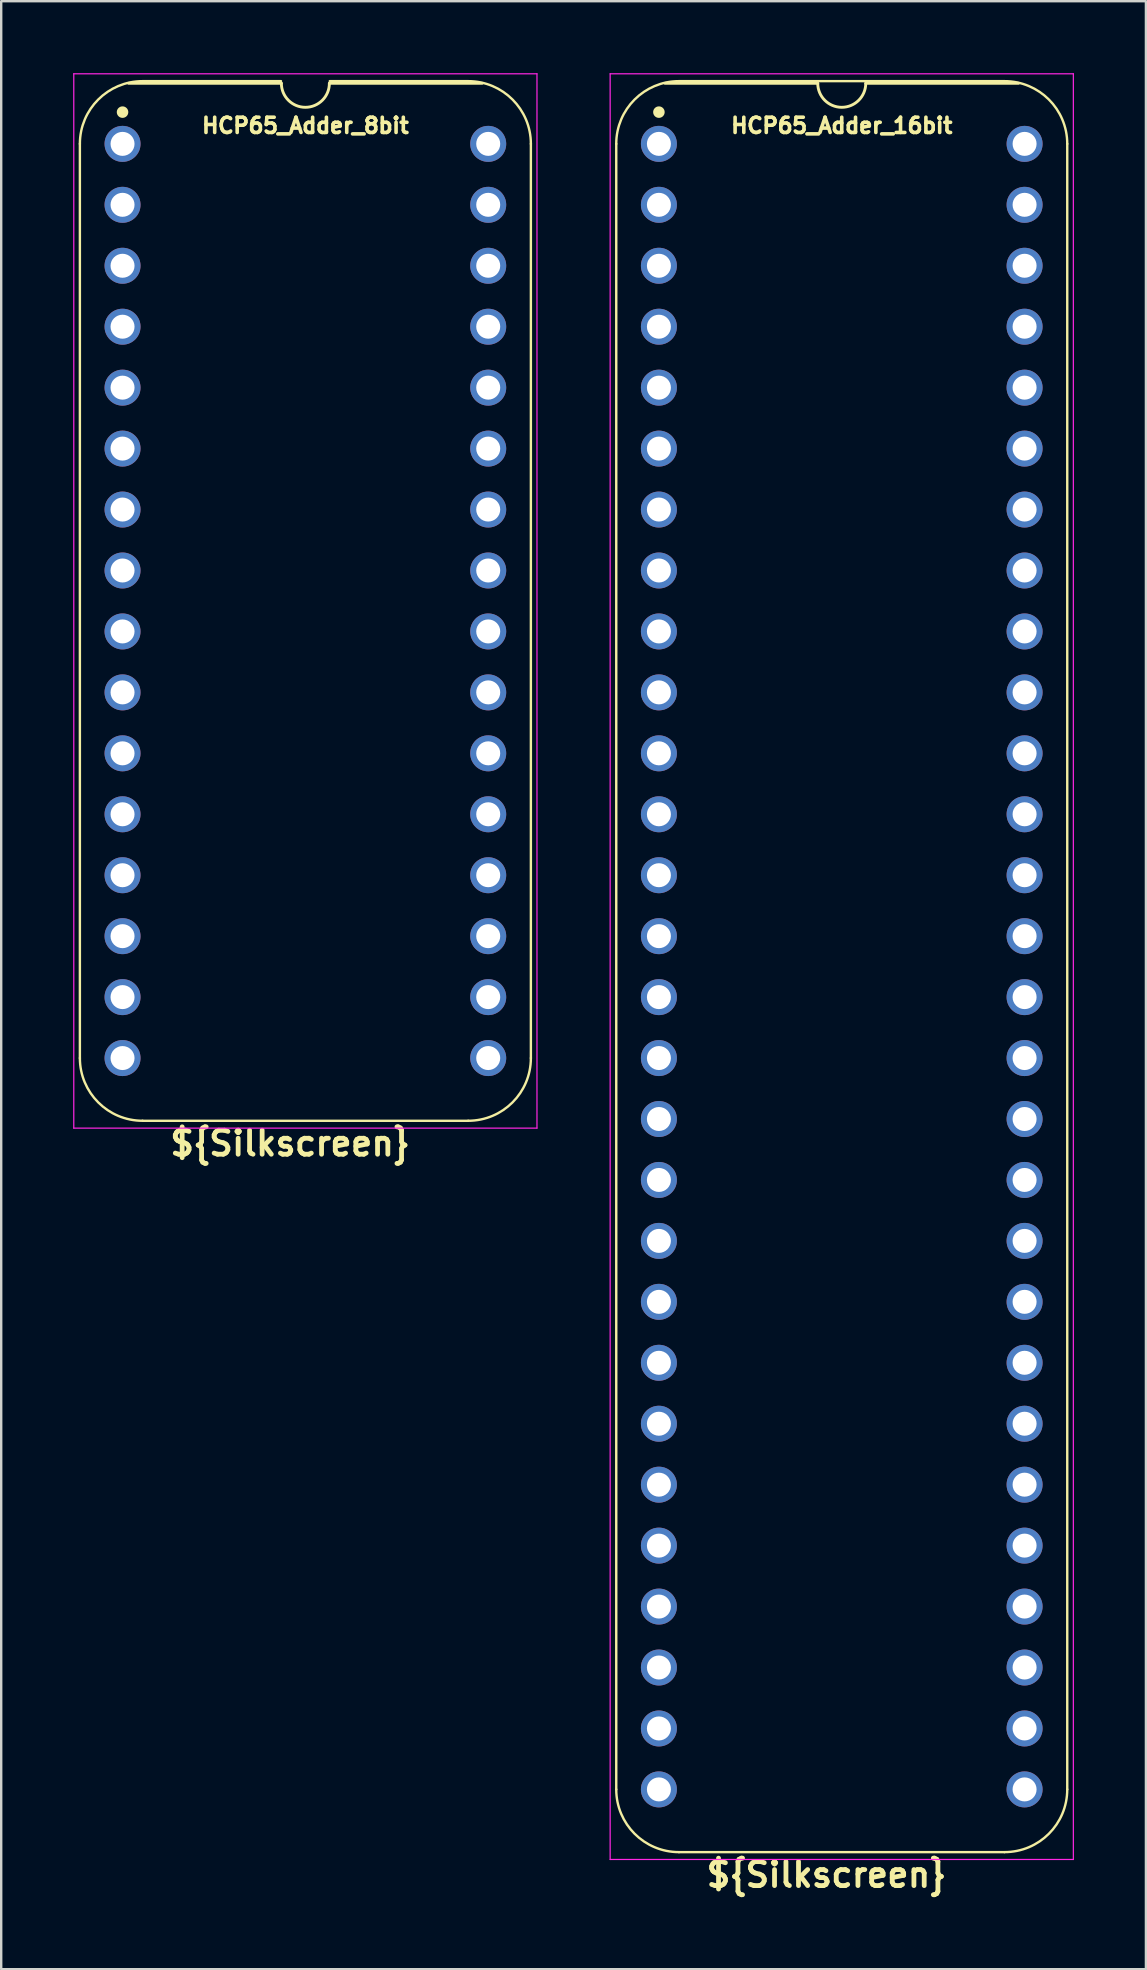
<source format=kicad_pcb>
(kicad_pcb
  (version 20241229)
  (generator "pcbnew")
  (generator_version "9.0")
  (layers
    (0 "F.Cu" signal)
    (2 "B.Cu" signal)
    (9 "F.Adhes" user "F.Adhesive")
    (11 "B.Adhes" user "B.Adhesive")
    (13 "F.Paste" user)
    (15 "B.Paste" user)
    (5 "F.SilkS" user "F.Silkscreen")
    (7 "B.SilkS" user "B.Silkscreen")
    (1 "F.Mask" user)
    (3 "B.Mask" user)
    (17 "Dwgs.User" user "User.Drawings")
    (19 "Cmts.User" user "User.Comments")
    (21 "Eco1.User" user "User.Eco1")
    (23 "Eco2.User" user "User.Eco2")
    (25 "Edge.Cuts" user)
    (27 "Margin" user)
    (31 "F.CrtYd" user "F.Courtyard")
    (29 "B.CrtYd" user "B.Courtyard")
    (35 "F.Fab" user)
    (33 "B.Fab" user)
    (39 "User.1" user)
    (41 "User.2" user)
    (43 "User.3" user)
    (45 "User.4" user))
  (footprint "HCP65_Adder_16bit"
    (layer "F.Cu")
    (at 24.411 2.946)
    (property "Reference" "HCP65_Adder_16bit" (at 7.62 -0.762 0) (layer "F.SilkS") (effects (font (size 0.635 0.635) (thickness 0.15))))
    (property "Silkscreen" "${Silkscreen}" (at 6.985 72.136 0) (layer "F.SilkS") (effects (font (size 1 1) (thickness 0.2))))
    (attr through_hole)
    (fp_line (start -1.778 68.58) (end -1.778 0) (stroke (width 0.1) (type solid)) (layer "F.SilkS"))
    (fp_line (start 0.836 -2.614) (end 14.404 -2.614) (stroke (width 0.1) (type solid)) (layer "F.SilkS"))
    (fp_line (start 6.62 -2.524) (end 0.254 -2.524) (stroke (width 0.12) (type solid)) (layer "F.SilkS"))
    (fp_line (start 14.404 71.194) (end 0.836 71.194) (stroke (width 0.1) (type solid)) (layer "F.SilkS"))
    (fp_line (start 14.986 -2.524) (end 8.62 -2.524) (stroke (width 0.12) (type solid)) (layer "F.SilkS"))
    (fp_line (start 17.018 68.58) (end 17.018 0) (stroke (width 0.1) (type solid)) (layer "F.SilkS"))
    (fp_arc (start -1.778 0) (mid -1.012456 -1.848188) (end 0.835732 -2.613732) (stroke (width 0.1) (type solid)) (layer "F.SilkS"))
    (fp_arc (start 0.835733 71.193733) (mid -1.012456 70.428189) (end -1.778 68.58) (stroke (width 0.1) (type solid)) (layer "F.SilkS"))
    (fp_arc (start 8.62 -2.524) (mid 7.62 -1.524) (end 6.62 -2.524) (stroke (width 0.12) (type solid)) (layer "F.SilkS"))
    (fp_arc (start 14.404268 -2.613732) (mid 16.252456 -1.848188) (end 17.018 0) (stroke (width 0.1) (type solid)) (layer "F.SilkS"))
    (fp_arc (start 17.018001 68.580001) (mid 16.252456 70.428188) (end 14.404269 71.193733) (stroke (width 0.1) (type solid)) (layer "F.SilkS"))
    (fp_circle (center 0 -1.323) (end 0.18 -1.323) (stroke (width 0.12) (type solid)) (fill yes) (layer "F.SilkS"))
    (fp_line (start -2.032 -2.921) (end -2.032 71.501) (stroke (width 0.05) (type solid)) (layer "F.CrtYd"))
    (fp_line (start -2.032 -2.921) (end 17.272 -2.921) (stroke (width 0.05) (type solid)) (layer "F.CrtYd"))
    (fp_line (start -2.032 71.501) (end 17.272 71.501) (stroke (width 0.05) (type solid)) (layer "F.CrtYd"))
    (fp_line (start 17.272 -2.921) (end 17.272 71.501) (stroke (width 0.05) (type solid)) (layer "F.CrtYd"))
    (pad "1" thru_hole circle (at 0 0) (size 1.5 1.5) (drill 1) (layers "*.Cu" "*.Mask"))
    (pad "2" thru_hole circle (at 0 2.54) (size 1.5 1.5) (drill 1) (layers "*.Cu" "*.Mask"))
    (pad "3" thru_hole circle (at 0 5.08) (size 1.5 1.5) (drill 1) (layers "*.Cu" "*.Mask"))
    (pad "4" thru_hole circle (at 0 7.62) (size 1.5 1.5) (drill 1) (layers "*.Cu" "*.Mask"))
    (pad "5" thru_hole circle (at 0 10.16) (size 1.5 1.5) (drill 1) (layers "*.Cu" "*.Mask"))
    (pad "6" thru_hole circle (at 0 12.7) (size 1.5 1.5) (drill 1) (layers "*.Cu" "*.Mask"))
    (pad "7" thru_hole circle (at 0 15.24) (size 1.5 1.5) (drill 1) (layers "*.Cu" "*.Mask"))
    (pad "8" thru_hole circle (at 0 17.78) (size 1.5 1.5) (drill 1) (layers "*.Cu" "*.Mask"))
    (pad "9" thru_hole circle (at 0 20.32) (size 1.5 1.5) (drill 1) (layers "*.Cu" "*.Mask"))
    (pad "10" thru_hole circle (at 0 22.86) (size 1.5 1.5) (drill 1) (layers "*.Cu" "*.Mask"))
    (pad "11" thru_hole circle (at 0 25.4) (size 1.5 1.5) (drill 1) (layers "*.Cu" "*.Mask"))
    (pad "12" thru_hole circle (at 0 27.94) (size 1.5 1.5) (drill 1) (layers "*.Cu" "*.Mask"))
    (pad "13" thru_hole circle (at 0 30.48) (size 1.5 1.5) (drill 1) (layers "*.Cu" "*.Mask"))
    (pad "14" thru_hole circle (at 0 33.02) (size 1.5 1.5) (drill 1) (layers "*.Cu" "*.Mask"))
    (pad "15" thru_hole circle (at 0 35.56) (size 1.5 1.5) (drill 1) (layers "*.Cu" "*.Mask"))
    (pad "16" thru_hole circle (at 0 38.1) (size 1.5 1.5) (drill 1) (layers "*.Cu" "*.Mask"))
    (pad "17" thru_hole circle (at 0 40.64) (size 1.5 1.5) (drill 1) (layers "*.Cu" "*.Mask"))
    (pad "18" thru_hole circle (at 0 43.18) (size 1.5 1.5) (drill 1) (layers "*.Cu" "*.Mask"))
    (pad "19" thru_hole circle (at 0 45.72) (size 1.5 1.5) (drill 1) (layers "*.Cu" "*.Mask"))
    (pad "20" thru_hole circle (at 0 48.26) (size 1.5 1.5) (drill 1) (layers "*.Cu" "*.Mask"))
    (pad "21" thru_hole circle (at 0 50.8) (size 1.5 1.5) (drill 1) (layers "*.Cu" "*.Mask"))
    (pad "22" thru_hole circle (at 0 53.34) (size 1.5 1.5) (drill 1) (layers "*.Cu" "*.Mask"))
    (pad "23" thru_hole circle (at 0 55.88) (size 1.5 1.5) (drill 1) (layers "*.Cu" "*.Mask"))
    (pad "24" thru_hole circle (at 0 58.42) (size 1.5 1.5) (drill 1) (layers "*.Cu" "*.Mask"))
    (pad "25" thru_hole circle (at 0 60.96) (size 1.5 1.5) (drill 1) (layers "*.Cu" "*.Mask"))
    (pad "26" thru_hole circle (at 0 63.5) (size 1.5 1.5) (drill 1) (layers "*.Cu" "*.Mask"))
    (pad "27" thru_hole circle (at 0 66.04) (size 1.5 1.5) (drill 1) (layers "*.Cu" "*.Mask"))
    (pad "28" thru_hole circle (at 0 68.58) (size 1.5 1.5) (drill 1) (layers "*.Cu" "*.Mask"))
    (pad "29" thru_hole circle (at 15.24 68.58) (size 1.5 1.5) (drill 1) (layers "*.Cu" "*.Mask"))
    (pad "30" thru_hole circle (at 15.24 66.04) (size 1.5 1.5) (drill 1) (layers "*.Cu" "*.Mask"))
    (pad "31" thru_hole circle (at 15.24 63.5) (size 1.5 1.5) (drill 1) (layers "*.Cu" "*.Mask"))
    (pad "32" thru_hole circle (at 15.24 60.96) (size 1.5 1.5) (drill 1) (layers "*.Cu" "*.Mask"))
    (pad "33" thru_hole circle (at 15.24 58.42) (size 1.5 1.5) (drill 1) (layers "*.Cu" "*.Mask"))
    (pad "34" thru_hole circle (at 15.24 55.88) (size 1.5 1.5) (drill 1) (layers "*.Cu" "*.Mask"))
    (pad "35" thru_hole circle (at 15.24 53.34) (size 1.5 1.5) (drill 1) (layers "*.Cu" "*.Mask"))
    (pad "36" thru_hole circle (at 15.24 50.8) (size 1.5 1.5) (drill 1) (layers "*.Cu" "*.Mask"))
    (pad "37" thru_hole circle (at 15.24 48.26) (size 1.5 1.5) (drill 1) (layers "*.Cu" "*.Mask"))
    (pad "38" thru_hole circle (at 15.24 45.72) (size 1.5 1.5) (drill 1) (layers "*.Cu" "*.Mask"))
    (pad "39" thru_hole circle (at 15.24 43.18) (size 1.5 1.5) (drill 1) (layers "*.Cu" "*.Mask"))
    (pad "40" thru_hole circle (at 15.24 40.64) (size 1.5 1.5) (drill 1) (layers "*.Cu" "*.Mask"))
    (pad "41" thru_hole circle (at 15.24 38.1) (size 1.5 1.5) (drill 1) (layers "*.Cu" "*.Mask"))
    (pad "42" thru_hole circle (at 15.24 35.56) (size 1.5 1.5) (drill 1) (layers "*.Cu" "*.Mask"))
    (pad "43" thru_hole circle (at 15.24 33.02) (size 1.5 1.5) (drill 1) (layers "*.Cu" "*.Mask"))
    (pad "44" thru_hole circle (at 15.24 30.48) (size 1.5 1.5) (drill 1) (layers "*.Cu" "*.Mask"))
    (pad "45" thru_hole circle (at 15.24 27.94) (size 1.5 1.5) (drill 1) (layers "*.Cu" "*.Mask"))
    (pad "46" thru_hole circle (at 15.24 25.4) (size 1.5 1.5) (drill 1) (layers "*.Cu" "*.Mask"))
    (pad "47" thru_hole circle (at 15.24 22.86) (size 1.5 1.5) (drill 1) (layers "*.Cu" "*.Mask"))
    (pad "48" thru_hole circle (at 15.24 20.32) (size 1.5 1.5) (drill 1) (layers "*.Cu" "*.Mask"))
    (pad "49" thru_hole circle (at 15.24 17.78) (size 1.5 1.5) (drill 1) (layers "*.Cu" "*.Mask"))
    (pad "50" thru_hole circle (at 15.24 15.24) (size 1.5 1.5) (drill 1) (layers "*.Cu" "*.Mask"))
    (pad "51" thru_hole circle (at 15.24 12.7) (size 1.5 1.5) (drill 1) (layers "*.Cu" "*.Mask"))
    (pad "52" thru_hole circle (at 15.24 10.16) (size 1.5 1.5) (drill 1) (layers "*.Cu" "*.Mask"))
    (pad "53" thru_hole circle (at 15.24 7.62) (size 1.5 1.5) (drill 1) (layers "*.Cu" "*.Mask"))
    (pad "54" thru_hole circle (at 15.24 5.08) (size 1.5 1.5) (drill 1) (layers "*.Cu" "*.Mask"))
    (pad "55" thru_hole circle (at 15.24 2.54) (size 1.5 1.5) (drill 1) (layers "*.Cu" "*.Mask"))
    (pad "56" thru_hole circle (at 15.24 0) (size 1.5 1.5) (drill 1) (layers "*.Cu" "*.Mask")))
  (footprint "HCP65_Adder_8bit"
    (layer "F.Cu")
    (at 2.057 2.946)
    (property "Reference" "HCP65_Adder_8bit" (at 7.62 -0.762 0) (layer "F.SilkS") (effects (font (size 0.635 0.635) (thickness 0.15))))
    (property "Silkscreen" "${Silkscreen}" (at 6.985 41.656 0) (layer "F.SilkS") (effects (font (size 1 1) (thickness 0.2))))
    (attr through_hole)
    (fp_line (start -1.778 38.1) (end -1.778 0) (stroke (width 0.1) (type solid)) (layer "F.SilkS"))
    (fp_line (start 0.836 -2.614) (end 6.604 -2.614) (stroke (width 0.1) (type solid)) (layer "F.SilkS"))
    (fp_line (start 6.62 -2.524) (end 0.254 -2.524) (stroke (width 0.12) (type solid)) (layer "F.SilkS"))
    (fp_line (start 8.636 -2.614) (end 14.404 -2.614) (stroke (width 0.1) (type solid)) (layer "F.SilkS"))
    (fp_line (start 14.404 40.714) (end 0.836 40.714) (stroke (width 0.1) (type solid)) (layer "F.SilkS"))
    (fp_line (start 14.986 -2.524) (end 8.62 -2.524) (stroke (width 0.12) (type solid)) (layer "F.SilkS"))
    (fp_line (start 17.018 38.1) (end 17.018 -0.000001) (stroke (width 0.1) (type solid)) (layer "F.SilkS"))
    (fp_arc (start -1.778 0) (mid -1.012456 -1.848188) (end 0.835732 -2.613732) (stroke (width 0.1) (type solid)) (layer "F.SilkS"))
    (fp_arc (start 0.835733 40.713733) (mid -1.012456 39.948189) (end -1.778 38.1) (stroke (width 0.1) (type solid)) (layer "F.SilkS"))
    (fp_arc (start 8.62 -2.524) (mid 7.62 -1.524) (end 6.62 -2.524) (stroke (width 0.12) (type solid)) (layer "F.SilkS"))
    (fp_arc (start 14.404267 -2.613733) (mid 16.252455 -1.848189) (end 17.017999 -0.000001) (stroke (width 0.1) (type solid)) (layer "F.SilkS"))
    (fp_arc (start 17.018 38.1) (mid 16.252455 39.948187) (end 14.404268 40.713732) (stroke (width 0.1) (type solid)) (layer "F.SilkS"))
    (fp_circle (center 0 -1.323) (end 0.18 -1.323) (stroke (width 0.12) (type solid)) (fill yes) (layer "F.SilkS"))
    (fp_line (start -2.032 -2.921) (end -2.032 41.021) (stroke (width 0.05) (type solid)) (layer "F.CrtYd"))
    (fp_line (start -2.032 -2.921) (end 17.272 -2.921) (stroke (width 0.05) (type solid)) (layer "F.CrtYd"))
    (fp_line (start -2.032 41.021) (end 17.272 41.021) (stroke (width 0.05) (type solid)) (layer "F.CrtYd"))
    (fp_line (start 17.272 -2.921) (end 17.272 41.021) (stroke (width 0.05) (type solid)) (layer "F.CrtYd"))
    (pad "1" thru_hole circle (at 0 0) (size 1.5 1.5) (drill 1) (layers "*.Cu" "*.Mask"))
    (pad "2" thru_hole circle (at 0 2.54) (size 1.5 1.5) (drill 1) (layers "*.Cu" "*.Mask"))
    (pad "3" thru_hole circle (at 0 5.08) (size 1.5 1.5) (drill 1) (layers "*.Cu" "*.Mask"))
    (pad "4" thru_hole circle (at 0 7.62) (size 1.5 1.5) (drill 1) (layers "*.Cu" "*.Mask"))
    (pad "5" thru_hole circle (at 0 10.16) (size 1.5 1.5) (drill 1) (layers "*.Cu" "*.Mask"))
    (pad "6" thru_hole circle (at 0 12.7) (size 1.5 1.5) (drill 1) (layers "*.Cu" "*.Mask"))
    (pad "7" thru_hole circle (at 0 15.24) (size 1.5 1.5) (drill 1) (layers "*.Cu" "*.Mask"))
    (pad "8" thru_hole circle (at 0 17.78) (size 1.5 1.5) (drill 1) (layers "*.Cu" "*.Mask"))
    (pad "9" thru_hole circle (at 0 20.32) (size 1.5 1.5) (drill 1) (layers "*.Cu" "*.Mask"))
    (pad "10" thru_hole circle (at 0 22.86) (size 1.5 1.5) (drill 1) (layers "*.Cu" "*.Mask"))
    (pad "11" thru_hole circle (at 0 25.4) (size 1.5 1.5) (drill 1) (layers "*.Cu" "*.Mask"))
    (pad "12" thru_hole circle (at 0 27.94) (size 1.5 1.5) (drill 1) (layers "*.Cu" "*.Mask"))
    (pad "13" thru_hole circle (at 0 30.48) (size 1.5 1.5) (drill 1) (layers "*.Cu" "*.Mask"))
    (pad "14" thru_hole circle (at 0 33.02) (size 1.5 1.5) (drill 1) (layers "*.Cu" "*.Mask"))
    (pad "15" thru_hole circle (at 0 35.56) (size 1.5 1.5) (drill 1) (layers "*.Cu" "*.Mask"))
    (pad "16" thru_hole circle (at 0 38.1) (size 1.5 1.5) (drill 1) (layers "*.Cu" "*.Mask"))
    (pad "17" thru_hole circle (at 15.24 38.1) (size 1.5 1.5) (drill 1) (layers "*.Cu" "*.Mask"))
    (pad "18" thru_hole circle (at 15.24 35.56) (size 1.5 1.5) (drill 1) (layers "*.Cu" "*.Mask"))
    (pad "19" thru_hole circle (at 15.24 33.02) (size 1.5 1.5) (drill 1) (layers "*.Cu" "*.Mask"))
    (pad "20" thru_hole circle (at 15.24 30.48) (size 1.5 1.5) (drill 1) (layers "*.Cu" "*.Mask"))
    (pad "21" thru_hole circle (at 15.24 27.94) (size 1.5 1.5) (drill 1) (layers "*.Cu" "*.Mask"))
    (pad "22" thru_hole circle (at 15.24 25.4) (size 1.5 1.5) (drill 1) (layers "*.Cu" "*.Mask"))
    (pad "23" thru_hole circle (at 15.24 22.86) (size 1.5 1.5) (drill 1) (layers "*.Cu" "*.Mask"))
    (pad "24" thru_hole circle (at 15.24 20.32) (size 1.5 1.5) (drill 1) (layers "*.Cu" "*.Mask"))
    (pad "25" thru_hole circle (at 15.24 17.78) (size 1.5 1.5) (drill 1) (layers "*.Cu" "*.Mask"))
    (pad "26" thru_hole circle (at 15.24 15.24) (size 1.5 1.5) (drill 1) (layers "*.Cu" "*.Mask"))
    (pad "27" thru_hole circle (at 15.24 12.7) (size 1.5 1.5) (drill 1) (layers "*.Cu" "*.Mask"))
    (pad "28" thru_hole circle (at 15.24 10.16) (size 1.5 1.5) (drill 1) (layers "*.Cu" "*.Mask"))
    (pad "29" thru_hole circle (at 15.24 7.62) (size 1.5 1.5) (drill 1) (layers "*.Cu" "*.Mask"))
    (pad "30" thru_hole circle (at 15.24 5.08) (size 1.5 1.5) (drill 1) (layers "*.Cu" "*.Mask"))
    (pad "31" thru_hole circle (at 15.24 2.54) (size 1.5 1.5) (drill 1) (layers "*.Cu" "*.Mask"))
    (pad "32" thru_hole circle (at 15.24 0) (size 1.5 1.5) (drill 1) (layers "*.Cu" "*.Mask")))
  (gr_rect
    (start -3 -3)
    (end 44.708 79.018)
    (stroke (width 0.1) (type default))
    (fill no)
    (layer "Edge.Cuts")))
</source>
